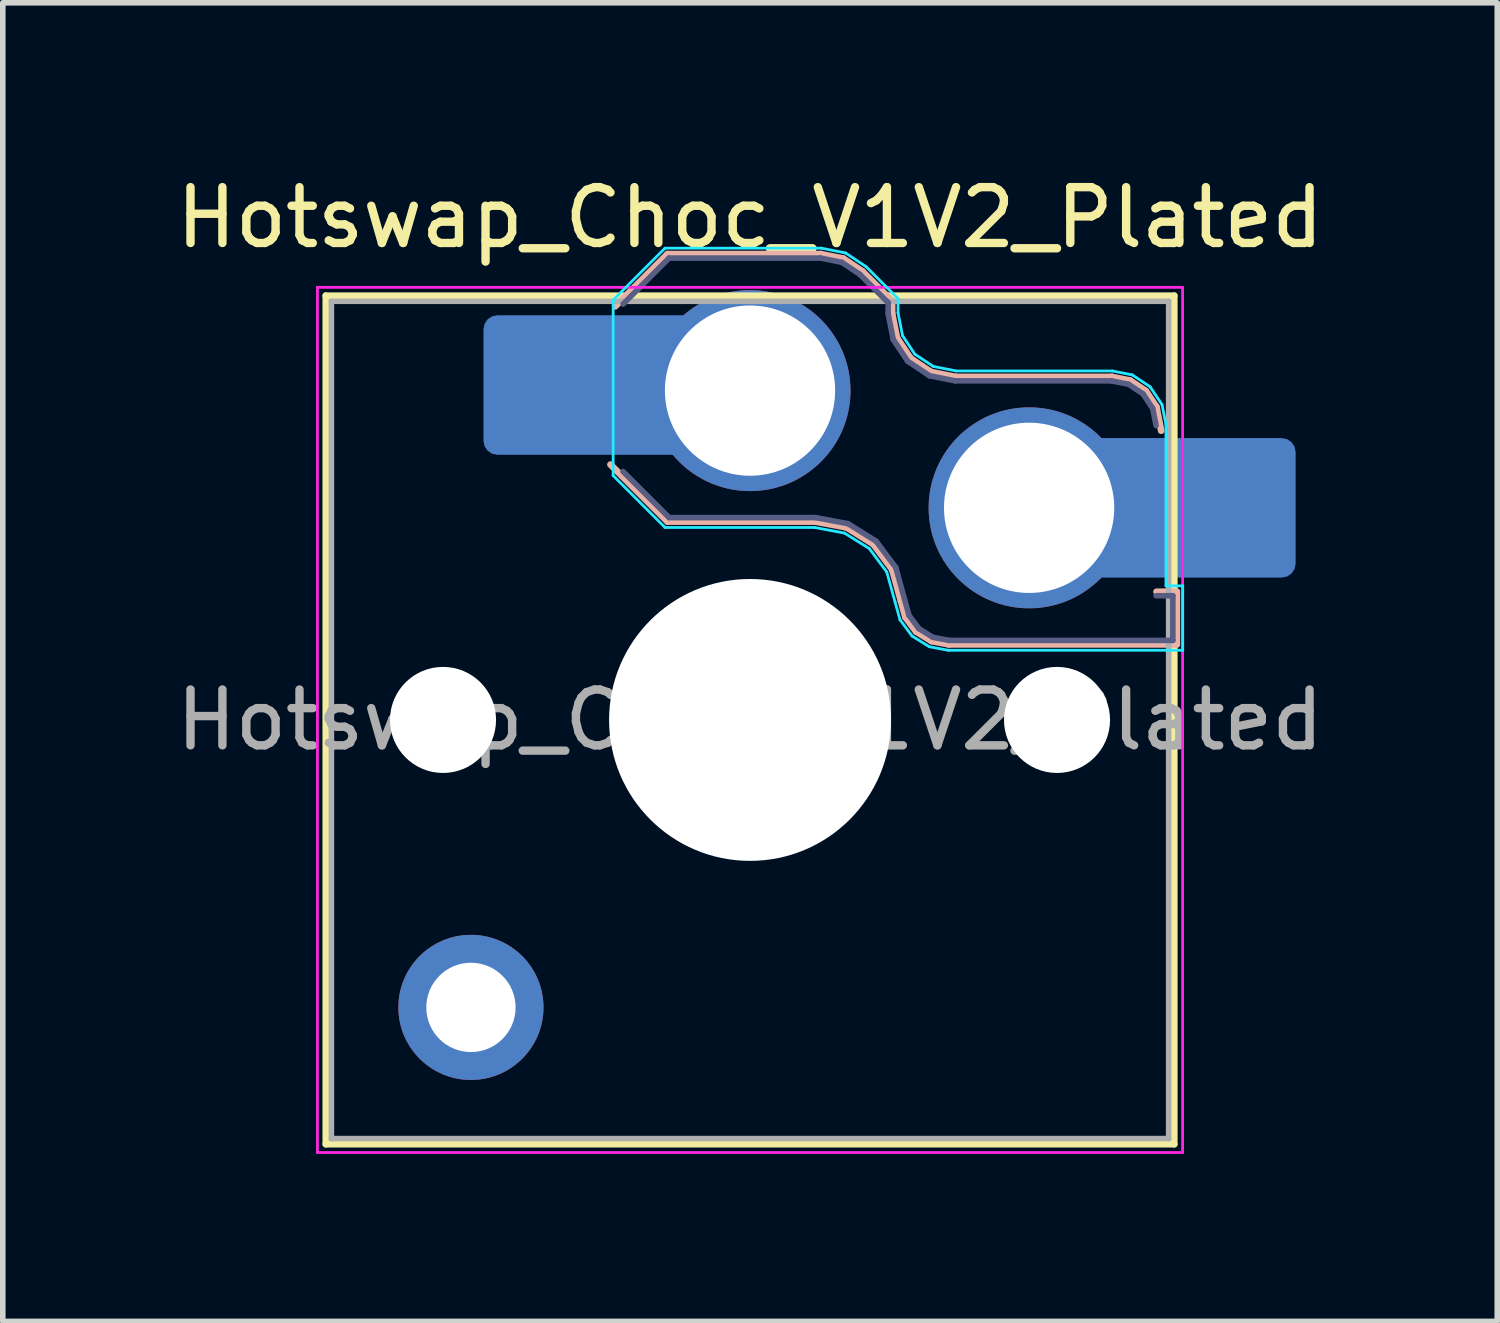
<source format=kicad_pcb>
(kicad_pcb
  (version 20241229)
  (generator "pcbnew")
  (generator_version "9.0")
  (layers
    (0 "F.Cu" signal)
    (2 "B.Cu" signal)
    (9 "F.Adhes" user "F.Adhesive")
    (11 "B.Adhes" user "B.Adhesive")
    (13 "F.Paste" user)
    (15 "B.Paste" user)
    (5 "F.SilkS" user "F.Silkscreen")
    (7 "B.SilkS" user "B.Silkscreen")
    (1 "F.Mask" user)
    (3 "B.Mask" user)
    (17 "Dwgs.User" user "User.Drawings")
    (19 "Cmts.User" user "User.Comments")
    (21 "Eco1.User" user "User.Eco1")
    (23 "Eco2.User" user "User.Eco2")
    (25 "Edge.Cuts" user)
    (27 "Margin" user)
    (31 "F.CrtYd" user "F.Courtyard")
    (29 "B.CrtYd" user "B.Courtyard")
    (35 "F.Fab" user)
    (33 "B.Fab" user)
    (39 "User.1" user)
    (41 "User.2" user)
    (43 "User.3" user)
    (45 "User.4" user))
  (footprint "Hotswap_Choc_V1V2_Plated"
    (layer "F.Cu")
    (at 10.387 9.848)
    (property "Reference" "Hotswap_Choc_V1V2_Plated" (at 0 -9 0) (layer "F.SilkS") (effects (font (size 1 1) (thickness 0.15))))
    (attr smd allow_soldermask_bridges)
    (fp_line (start -7.6 -7.6) (end -7.6 7.6) (stroke (width 0.12) (type solid)) (layer "F.SilkS"))
    (fp_line (start -7.6 7.6) (end 7.6 7.6) (stroke (width 0.12) (type solid)) (layer "F.SilkS"))
    (fp_line (start 7.6 -7.6) (end -7.6 -7.6) (stroke (width 0.12) (type solid)) (layer "F.SilkS"))
    (fp_line (start 7.6 7.6) (end 7.6 -7.6) (stroke (width 0.12) (type solid)) (layer "F.SilkS"))
    (fp_line (start -2.416 -7.409) (end -1.479 -8.346) (stroke (width 0.12) (type solid)) (layer "B.SilkS"))
    (fp_line (start -1.479 -8.346) (end 1.268 -8.346) (stroke (width 0.12) (type solid)) (layer "B.SilkS"))
    (fp_line (start -1.479 -3.554) (end -2.5 -4.575) (stroke (width 0.12) (type solid)) (layer "B.SilkS"))
    (fp_line (start 1.168 -3.554) (end -1.479 -3.554) (stroke (width 0.12) (type solid)) (layer "B.SilkS"))
    (fp_line (start 1.268 -8.346) (end 1.671 -8.266) (stroke (width 0.12) (type solid)) (layer "B.SilkS"))
    (fp_line (start 1.671 -8.266) (end 2.013 -8.037) (stroke (width 0.12) (type solid)) (layer "B.SilkS"))
    (fp_line (start 1.73 -3.449) (end 1.168 -3.554) (stroke (width 0.12) (type solid)) (layer "B.SilkS"))
    (fp_line (start 2.013 -8.037) (end 2.546 -7.504) (stroke (width 0.12) (type solid)) (layer "B.SilkS"))
    (fp_line (start 2.209 -3.15) (end 1.73 -3.449) (stroke (width 0.12) (type solid)) (layer "B.SilkS"))
    (fp_line (start 2.546 -7.504) (end 2.546 -7.282) (stroke (width 0.12) (type solid)) (layer "B.SilkS"))
    (fp_line (start 2.546 -7.282) (end 2.633 -6.844) (stroke (width 0.12) (type solid)) (layer "B.SilkS"))
    (fp_line (start 2.547 -2.697) (end 2.209 -3.15) (stroke (width 0.12) (type solid)) (layer "B.SilkS"))
    (fp_line (start 2.633 -6.844) (end 2.877 -6.477) (stroke (width 0.12) (type solid)) (layer "B.SilkS"))
    (fp_line (start 2.701 -2.139) (end 2.547 -2.697) (stroke (width 0.12) (type solid)) (layer "B.SilkS"))
    (fp_line (start 2.783 -1.841) (end 2.701 -2.139) (stroke (width 0.12) (type solid)) (layer "B.SilkS"))
    (fp_line (start 2.877 -6.477) (end 3.244 -6.233) (stroke (width 0.12) (type solid)) (layer "B.SilkS"))
    (fp_line (start 2.976 -1.583) (end 2.783 -1.841) (stroke (width 0.12) (type solid)) (layer "B.SilkS"))
    (fp_line (start 3.244 -6.233) (end 3.682 -6.146) (stroke (width 0.12) (type solid)) (layer "B.SilkS"))
    (fp_line (start 3.25 -1.413) (end 2.976 -1.583) (stroke (width 0.12) (type solid)) (layer "B.SilkS"))
    (fp_line (start 3.56 -1.354) (end 3.25 -1.413) (stroke (width 0.12) (type solid)) (layer "B.SilkS"))
    (fp_line (start 3.682 -6.146) (end 6.482 -6.146) (stroke (width 0.12) (type solid)) (layer "B.SilkS"))
    (fp_line (start 6.482 -6.146) (end 6.809 -6.081) (stroke (width 0.12) (type solid)) (layer "B.SilkS"))
    (fp_line (start 6.809 -6.081) (end 7.092 -5.892) (stroke (width 0.12) (type solid)) (layer "B.SilkS"))
    (fp_line (start 7.092 -5.892) (end 7.281 -5.609) (stroke (width 0.12) (type solid)) (layer "B.SilkS"))
    (fp_line (start 7.281 -5.609) (end 7.366 -5.182) (stroke (width 0.12) (type solid)) (layer "B.SilkS"))
    (fp_line (start 7.283 -2.296) (end 7.646 -2.296) (stroke (width 0.12) (type solid)) (layer "B.SilkS"))
    (fp_line (start 7.646 -2.296) (end 7.646 -1.354) (stroke (width 0.12) (type solid)) (layer "B.SilkS"))
    (fp_line (start 7.646 -1.354) (end 3.56 -1.354) (stroke (width 0.12) (type solid)) (layer "B.SilkS"))
    (fp_line (start -7.25 -7.25) (end -7.25 7.25) (stroke (width 0.1) (type solid)) (layer "Eco1.User"))
    (fp_line (start -7.25 7.25) (end 7.25 7.25) (stroke (width 0.1) (type solid)) (layer "Eco1.User"))
    (fp_line (start 7.25 -7.25) (end -7.25 -7.25) (stroke (width 0.1) (type solid)) (layer "Eco1.User"))
    (fp_line (start 7.25 7.25) (end 7.25 -7.25) (stroke (width 0.1) (type solid)) (layer "Eco1.User"))
    (fp_line (start -2.452 -7.523) (end -1.523 -8.452) (stroke (width 0.05) (type solid)) (layer "B.CrtYd"))
    (fp_line (start -2.452 -4.377) (end -2.452 -7.523) (stroke (width 0.05) (type solid)) (layer "B.CrtYd"))
    (fp_line (start -1.523 -8.452) (end 1.278 -8.452) (stroke (width 0.05) (type solid)) (layer "B.CrtYd"))
    (fp_line (start -1.523 -3.448) (end -2.452 -4.377) (stroke (width 0.05) (type solid)) (layer "B.CrtYd"))
    (fp_line (start 1.159 -3.448) (end -1.523 -3.448) (stroke (width 0.05) (type solid)) (layer "B.CrtYd"))
    (fp_line (start 1.278 -8.452) (end 1.712 -8.366) (stroke (width 0.05) (type solid)) (layer "B.CrtYd"))
    (fp_line (start 1.691 -3.348) (end 1.159 -3.448) (stroke (width 0.05) (type solid)) (layer "B.CrtYd"))
    (fp_line (start 1.712 -8.366) (end 2.081 -8.119) (stroke (width 0.05) (type solid)) (layer "B.CrtYd"))
    (fp_line (start 2.081 -8.119) (end 2.652 -7.548) (stroke (width 0.05) (type solid)) (layer "B.CrtYd"))
    (fp_line (start 2.136 -3.071) (end 1.691 -3.348) (stroke (width 0.05) (type solid)) (layer "B.CrtYd"))
    (fp_line (start 2.45 -2.65) (end 2.136 -3.071) (stroke (width 0.05) (type solid)) (layer "B.CrtYd"))
    (fp_line (start 2.599 -2.111) (end 2.45 -2.65) (stroke (width 0.05) (type solid)) (layer "B.CrtYd"))
    (fp_line (start 2.652 -7.548) (end 2.652 -7.292) (stroke (width 0.05) (type solid)) (layer "B.CrtYd"))
    (fp_line (start 2.652 -7.292) (end 2.733 -6.885) (stroke (width 0.05) (type solid)) (layer "B.CrtYd"))
    (fp_line (start 2.687 -1.794) (end 2.599 -2.111) (stroke (width 0.05) (type solid)) (layer "B.CrtYd"))
    (fp_line (start 2.733 -6.885) (end 2.953 -6.553) (stroke (width 0.05) (type solid)) (layer "B.CrtYd"))
    (fp_line (start 2.903 -1.503) (end 2.687 -1.794) (stroke (width 0.05) (type solid)) (layer "B.CrtYd"))
    (fp_line (start 2.953 -6.553) (end 3.285 -6.333) (stroke (width 0.05) (type solid)) (layer "B.CrtYd"))
    (fp_line (start 3.211 -1.312) (end 2.903 -1.503) (stroke (width 0.05) (type solid)) (layer "B.CrtYd"))
    (fp_line (start 3.285 -6.333) (end 3.692 -6.252) (stroke (width 0.05) (type solid)) (layer "B.CrtYd"))
    (fp_line (start 3.55 -1.248) (end 3.211 -1.312) (stroke (width 0.05) (type solid)) (layer "B.CrtYd"))
    (fp_line (start 3.692 -6.252) (end 6.492 -6.252) (stroke (width 0.05) (type solid)) (layer "B.CrtYd"))
    (fp_line (start 6.492 -6.252) (end 6.85 -6.181) (stroke (width 0.05) (type solid)) (layer "B.CrtYd"))
    (fp_line (start 6.85 -6.181) (end 7.168 -5.968) (stroke (width 0.05) (type solid)) (layer "B.CrtYd"))
    (fp_line (start 7.168 -5.968) (end 7.381 -5.65) (stroke (width 0.05) (type solid)) (layer "B.CrtYd"))
    (fp_line (start 7.381 -5.65) (end 7.452 -5.292) (stroke (width 0.05) (type solid)) (layer "B.CrtYd"))
    (fp_line (start 7.452 -5.292) (end 7.452 -2.402) (stroke (width 0.05) (type solid)) (layer "B.CrtYd"))
    (fp_line (start 7.452 -2.402) (end 7.752 -2.402) (stroke (width 0.05) (type solid)) (layer "B.CrtYd"))
    (fp_line (start 7.752 -2.402) (end 7.752 -1.248) (stroke (width 0.05) (type solid)) (layer "B.CrtYd"))
    (fp_line (start 7.752 -1.248) (end 3.55 -1.248) (stroke (width 0.05) (type solid)) (layer "B.CrtYd"))
    (fp_line (start -7.75 -7.75) (end -7.75 7.75) (stroke (width 0.05) (type solid)) (layer "F.CrtYd"))
    (fp_line (start -7.75 7.75) (end 7.75 7.75) (stroke (width 0.05) (type solid)) (layer "F.CrtYd"))
    (fp_line (start 7.75 -7.75) (end -7.75 -7.75) (stroke (width 0.05) (type solid)) (layer "F.CrtYd"))
    (fp_line (start 7.75 7.75) (end 7.75 -7.75) (stroke (width 0.05) (type solid)) (layer "F.CrtYd"))
    (fp_line (start -2.275 -7.45) (end -1.45 -8.275) (stroke (width 0.1) (type solid)) (layer "B.Fab"))
    (fp_line (start -1.45 -8.275) (end 1.261 -8.275) (stroke (width 0.1) (type solid)) (layer "B.Fab"))
    (fp_line (start -1.45 -3.625) (end -2.275 -4.45) (stroke (width 0.1) (type solid)) (layer "B.Fab"))
    (fp_line (start 1.175 -3.625) (end -1.45 -3.625) (stroke (width 0.1) (type solid)) (layer "B.Fab"))
    (fp_line (start 1.261 -8.275) (end 1.643 -8.199) (stroke (width 0.1) (type solid)) (layer "B.Fab"))
    (fp_line (start 1.643 -8.199) (end 1.968 -7.982) (stroke (width 0.1) (type solid)) (layer "B.Fab"))
    (fp_line (start 1.756 -3.516) (end 1.175 -3.625) (stroke (width 0.1) (type solid)) (layer "B.Fab"))
    (fp_line (start 1.968 -7.982) (end 2.475 -7.475) (stroke (width 0.1) (type solid)) (layer "B.Fab"))
    (fp_line (start 2.258 -3.203) (end 1.756 -3.516) (stroke (width 0.1) (type solid)) (layer "B.Fab"))
    (fp_line (start 2.475 -7.475) (end 2.475 -7.275) (stroke (width 0.1) (type solid)) (layer "B.Fab"))
    (fp_line (start 2.475 -7.275) (end 2.566 -6.816) (stroke (width 0.1) (type solid)) (layer "B.Fab"))
    (fp_line (start 2.566 -6.816) (end 2.826 -6.426) (stroke (width 0.1) (type solid)) (layer "B.Fab"))
    (fp_line (start 2.612 -2.729) (end 2.258 -3.203) (stroke (width 0.1) (type solid)) (layer "B.Fab"))
    (fp_line (start 2.769 -2.158) (end 2.612 -2.729) (stroke (width 0.1) (type solid)) (layer "B.Fab"))
    (fp_line (start 2.826 -6.426) (end 3.216 -6.166) (stroke (width 0.1) (type solid)) (layer "B.Fab"))
    (fp_line (start 2.848 -1.873) (end 2.769 -2.158) (stroke (width 0.1) (type solid)) (layer "B.Fab"))
    (fp_line (start 3.025 -1.636) (end 2.848 -1.873) (stroke (width 0.1) (type solid)) (layer "B.Fab"))
    (fp_line (start 3.216 -6.166) (end 3.675 -6.075) (stroke (width 0.1) (type solid)) (layer "B.Fab"))
    (fp_line (start 3.276 -1.48) (end 3.025 -1.636) (stroke (width 0.1) (type solid)) (layer "B.Fab"))
    (fp_line (start 3.567 -1.425) (end 3.276 -1.48) (stroke (width 0.1) (type solid)) (layer "B.Fab"))
    (fp_line (start 3.675 -6.075) (end 6.475 -6.075) (stroke (width 0.1) (type solid)) (layer "B.Fab"))
    (fp_line (start 6.475 -6.075) (end 6.781 -6.014) (stroke (width 0.1) (type solid)) (layer "B.Fab"))
    (fp_line (start 6.781 -6.014) (end 7.041 -5.841) (stroke (width 0.1) (type solid)) (layer "B.Fab"))
    (fp_line (start 7.041 -5.841) (end 7.214 -5.581) (stroke (width 0.1) (type solid)) (layer "B.Fab"))
    (fp_line (start 7.214 -5.581) (end 7.275 -5.275) (stroke (width 0.1) (type solid)) (layer "B.Fab"))
    (fp_line (start 7.275 -2.225) (end 7.575 -2.225) (stroke (width 0.1) (type solid)) (layer "B.Fab"))
    (fp_line (start 7.575 -2.225) (end 7.575 -1.425) (stroke (width 0.1) (type solid)) (layer "B.Fab"))
    (fp_line (start 7.575 -1.425) (end 3.567 -1.425) (stroke (width 0.1) (type solid)) (layer "B.Fab"))
    (fp_line (start -7.5 -7.5) (end -7.5 7.5) (stroke (width 0.1) (type solid)) (layer "F.Fab"))
    (fp_line (start -7.5 7.5) (end 7.5 7.5) (stroke (width 0.1) (type solid)) (layer "F.Fab"))
    (fp_line (start 7.5 -7.5) (end -7.5 -7.5) (stroke (width 0.1) (type solid)) (layer "F.Fab"))
    (fp_line (start 7.5 7.5) (end 7.5 -7.5) (stroke (width 0.1) (type solid)) (layer "F.Fab"))
    (fp_text user "${REFERENCE}" (at 0 0 0) (layer "F.Fab") (effects (font (size 1 1) (thickness 0.15))))
    (pad "" np_thru_hole circle (at -5.5 0) (size 1.9 1.9) (drill 1.9) (layers "*.Cu" "*.Mask"))
    (pad "" thru_hole circle (at -5 5.15) (size 2.6 2.6) (drill 1.6) (layers "*.Cu" "*.Mask"))
    (pad "" smd roundrect (at -3.5 -6) (size 2.55 2.5) (layers "B.Mask" "B.Paste") (roundrect_rratio 0.1))
    (pad "" np_thru_hole circle (at 0 0) (size 5.05 5.05) (drill 5.05) (layers "*.Cu" "*.Mask"))
    (pad "" np_thru_hole circle (at 5.5 0) (size 1.9 1.9) (drill 1.9) (layers "*.Cu" "*.Mask"))
    (pad "" smd roundrect (at 8.5 -3.8) (size 2.55 2.5) (layers "B.Mask" "B.Paste") (roundrect_rratio 0.1))
    (pad "1" smd roundrect (at -2.85 -6) (size 3.85 2.5) (layers "B.Cu") (roundrect_rratio 0.1))
    (pad "1" thru_hole circle (at 0 -5.9) (size 3.6 3.6) (drill 3.05) (layers "*.Cu" "*.Mask"))
    (pad "2" thru_hole circle (at 5 -3.8) (size 3.6 3.6) (drill 3.05) (layers "*.Cu" "*.Mask"))
    (pad "2" smd roundrect (at 7.85 -3.8) (size 3.85 2.5) (layers "B.Cu") (roundrect_rratio 0.1)))
  (gr_rect
    (start -3 -3)
    (end 23.774 20.623)
    (stroke (width 0.1) (type default))
    (fill no)
    (layer "Edge.Cuts")))
</source>
